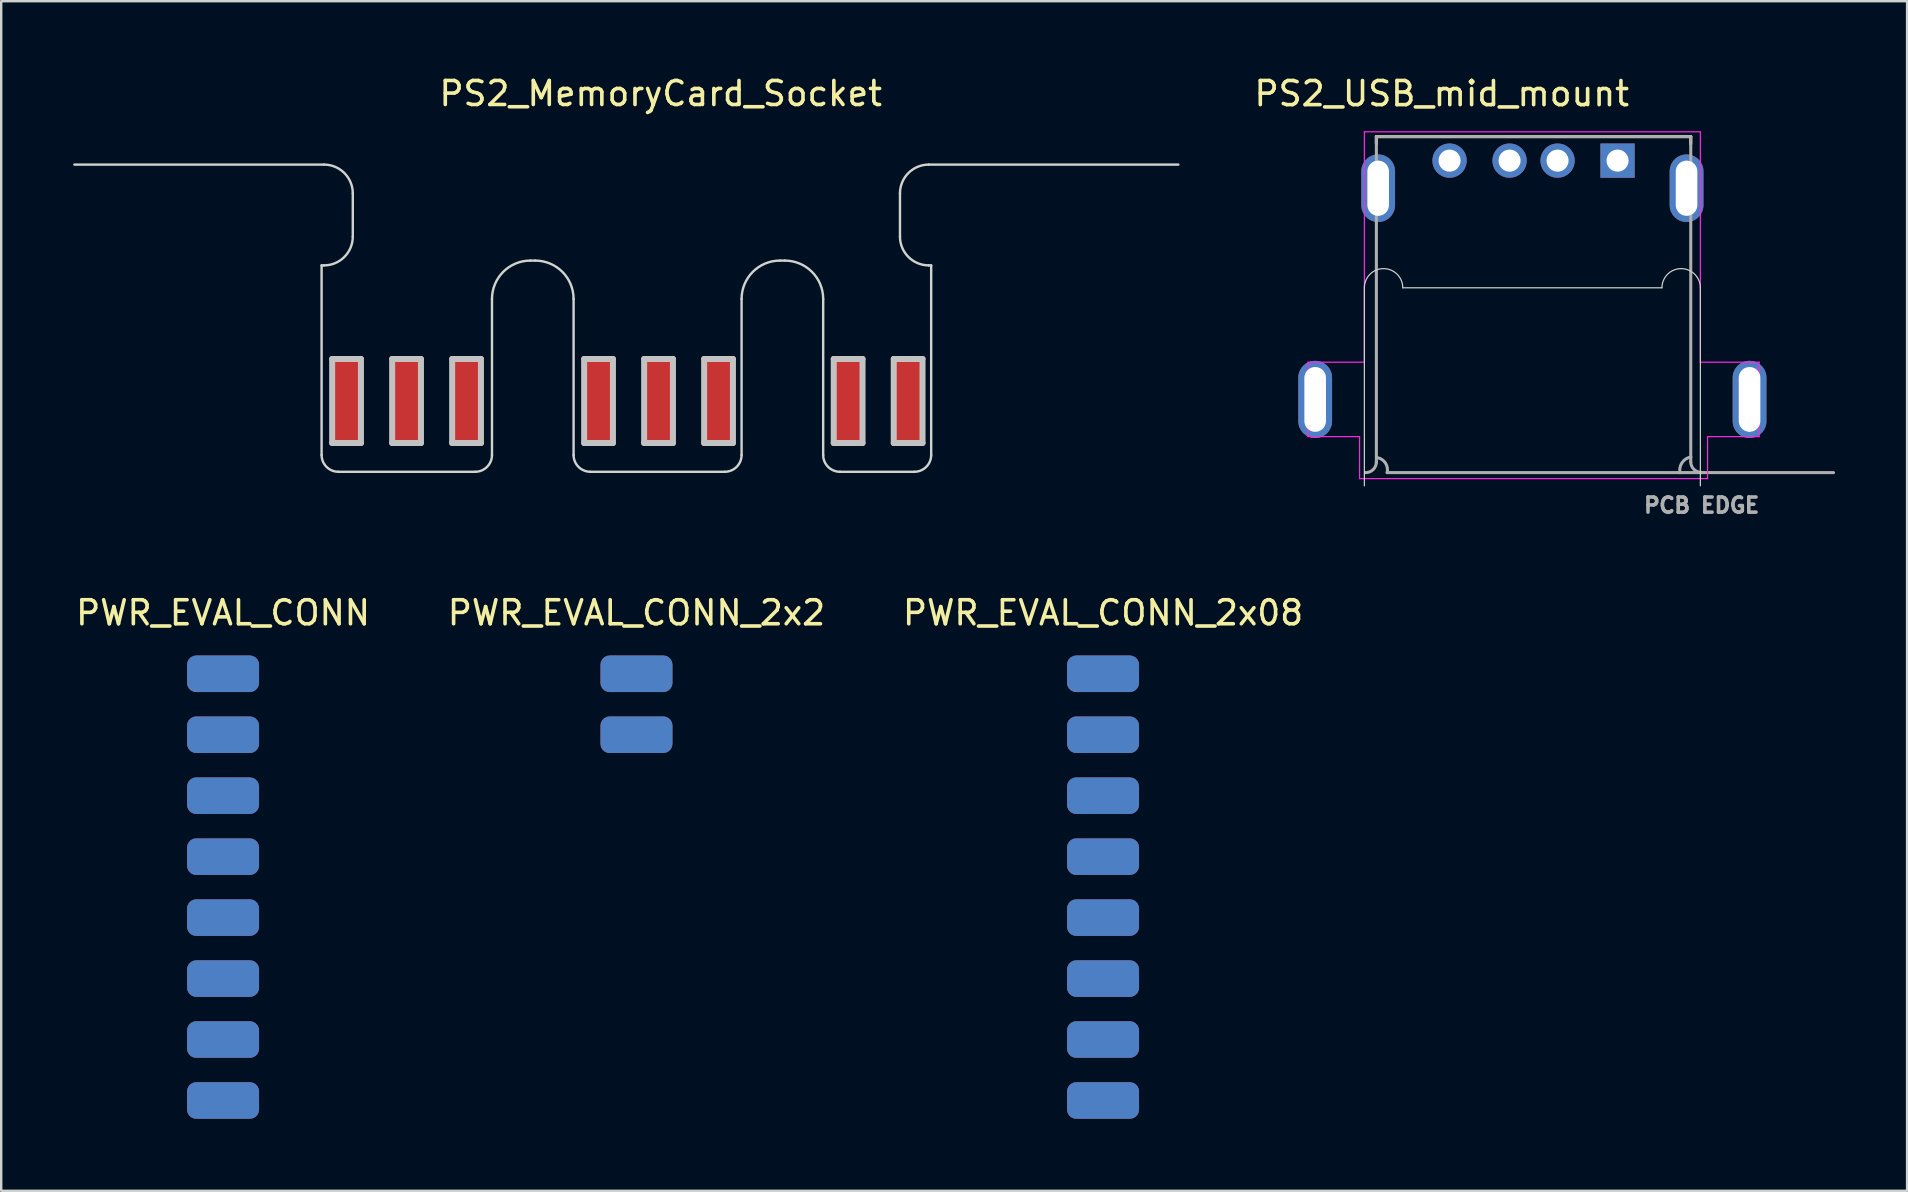
<source format=kicad_pcb>
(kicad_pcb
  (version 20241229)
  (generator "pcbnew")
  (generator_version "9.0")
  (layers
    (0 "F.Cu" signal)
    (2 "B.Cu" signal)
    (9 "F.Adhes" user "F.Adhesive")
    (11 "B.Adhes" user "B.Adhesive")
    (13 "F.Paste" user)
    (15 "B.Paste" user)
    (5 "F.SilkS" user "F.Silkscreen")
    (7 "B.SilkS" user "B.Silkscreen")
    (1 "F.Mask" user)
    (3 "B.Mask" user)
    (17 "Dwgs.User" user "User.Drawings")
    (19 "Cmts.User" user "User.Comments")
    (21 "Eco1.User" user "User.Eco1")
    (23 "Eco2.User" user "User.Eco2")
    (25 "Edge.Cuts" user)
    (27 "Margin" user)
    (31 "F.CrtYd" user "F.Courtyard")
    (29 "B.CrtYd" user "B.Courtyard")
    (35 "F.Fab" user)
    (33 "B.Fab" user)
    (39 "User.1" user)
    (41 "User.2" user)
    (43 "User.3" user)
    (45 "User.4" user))
  (footprint "PS2_USB_mid_mount"
    (layer "F.Cu")
    (at 60.8 15.443)
    (property "Reference" "PS2_USB_mid_mount" (at -3.775 -14.591 0) (layer "F.SilkS") (effects (font (size 1.005 1.005) (thickness 0.15))))
    (attr through_hole)
    (fp_line (start -6.5 -12.8) (end -6.5 -12.5) (stroke (width 0.127) (type solid)) (layer "F.SilkS"))
    (fp_line (start -6.5 -12.8) (end 6.6 -12.8) (stroke (width 0.127) (type solid)) (layer "F.SilkS"))
    (fp_line (start 6.6 -12.8) (end 6.6 -12.5) (stroke (width 0.127) (type solid)) (layer "F.SilkS"))
    (fp_line (start -7 -6.5) (end -7 1.75) (stroke (width 0.05) (type solid)) (layer "Edge.Cuts"))
    (fp_line (start -5.4 -6.5) (end 5.4 -6.5) (stroke (width 0.05) (type solid)) (layer "Edge.Cuts"))
    (fp_line (start 7 -6.5) (end 7 1.75) (stroke (width 0.05) (type solid)) (layer "Edge.Cuts"))
    (fp_arc (start -7 -6.5) (mid -6.2 -7.3) (end -5.4 -6.5) (stroke (width 0.05) (type default)) (layer "Edge.Cuts"))
    (fp_arc (start 5.4 -6.5) (mid 6.2 -7.3) (end 7 -6.5) (stroke (width 0.05) (type default)) (layer "Edge.Cuts"))
    (fp_line (start -9.35 -3.4) (end -7 -3.4) (stroke (width 0.05) (type solid)) (layer "F.CrtYd"))
    (fp_line (start -9.35 -0.3) (end -9.35 -3.4) (stroke (width 0.05) (type solid)) (layer "F.CrtYd"))
    (fp_line (start -7.2 -0.3) (end -9.35 -0.3) (stroke (width 0.05) (type solid)) (layer "F.CrtYd"))
    (fp_line (start -7.2 1.45) (end -7.2 -0.3) (stroke (width 0.05) (type solid)) (layer "F.CrtYd"))
    (fp_line (start -7 -13) (end -7 -3.4) (stroke (width 0.05) (type solid)) (layer "F.CrtYd"))
    (fp_line (start -7 -13) (end 7 -13) (stroke (width 0.05) (type solid)) (layer "F.CrtYd"))
    (fp_line (start 7 -13) (end 7 -3.4) (stroke (width 0.05) (type solid)) (layer "F.CrtYd"))
    (fp_line (start 7 -3.4) (end 9.45 -3.4) (stroke (width 0.05) (type solid)) (layer "F.CrtYd"))
    (fp_line (start 7.3 -0.3) (end 7.3 1.45) (stroke (width 0.05) (type solid)) (layer "F.CrtYd"))
    (fp_line (start 7.3 1.45) (end -7.2 1.45) (stroke (width 0.05) (type solid)) (layer "F.CrtYd"))
    (fp_line (start 9.45 -3.4) (end 9.45 -0.3) (stroke (width 0.05) (type solid)) (layer "F.CrtYd"))
    (fp_line (start 9.45 -0.3) (end 7.3 -0.3) (stroke (width 0.05) (type solid)) (layer "F.CrtYd"))
    (fp_line (start -6.5 -12.8) (end 6.6 -12.8) (stroke (width 0.127) (type solid)) (layer "F.Fab"))
    (fp_line (start -6.5 0.76) (end -6.5 -12.8) (stroke (width 0.127) (type solid)) (layer "F.Fab"))
    (fp_line (start -6.5 0.78) (end -6.5 0.76) (stroke (width 0.127) (type solid)) (layer "F.Fab"))
    (fp_line (start -6.05 1.2) (end 6.15 1.2) (stroke (width 0.127) (type solid)) (layer "F.Fab"))
    (fp_line (start 6.15 1.2) (end 12.55 1.2) (stroke (width 0.127) (type solid)) (layer "F.Fab"))
    (fp_line (start 6.6 -12.8) (end 6.6 0.55) (stroke (width 0.127) (type solid)) (layer "F.Fab"))
    (fp_line (start 6.6 0.55) (end 6.6 0.76) (stroke (width 0.127) (type solid)) (layer "F.Fab"))
    (fp_arc (start -6.5 0.76) (mid -6.633873 1.073198) (end -6.95 1.2) (stroke (width 0.127) (type solid)) (layer "F.Fab"))
    (fp_arc (start -6.44 0.58) (mid -6.116594 0.809228) (end -6.05 1.2) (stroke (width 0.127) (type solid)) (layer "F.Fab"))
    (fp_arc (start 6.15 1.2) (mid 6.240381 0.781802) (end 6.6 0.55) (stroke (width 0.127) (type solid)) (layer "F.Fab"))
    (fp_arc (start 7.04 1.19) (mid 6.728873 1.061127) (end 6.6 0.75) (stroke (width 0.127) (type solid)) (layer "F.Fab"))
    (fp_text user "PCB EDGE" (at 7.053 2.562 0) (layer "F.Fab") (effects (font (size 0.63 0.63) (thickness 0.15))))
    (pad "1" thru_hole circle (at -3.45 -11.8) (size 1.428 1.428) (drill 0.92) (layers "*.Cu" "*.Mask"))
    (pad "2" thru_hole circle (at -0.95 -11.8) (size 1.428 1.428) (drill 0.92) (layers "*.Cu" "*.Mask"))
    (pad "3" thru_hole circle (at 1.05 -11.8) (size 1.428 1.428) (drill 0.92) (layers "*.Cu" "*.Mask"))
    (pad "4" thru_hole rect (at 3.55 -11.8) (size 1.428 1.428) (drill 0.92) (layers "*.Cu" "*.Mask"))
    (pad "5" thru_hole oval (at -9.05 -1.85) (size 1.408 3.216) (drill oval 0.9 2.7) (layers "*.Cu" "*.Mask"))
    (pad "5" thru_hole oval (at -6.425 -10.65) (size 1.408 2.816) (drill oval 0.9 2.3) (layers "*.Cu" "*.Mask"))
    (pad "5" thru_hole oval (at 6.425 -10.65) (size 1.408 2.816) (drill oval 0.9 2.3) (layers "*.Cu" "*.Mask"))
    (pad "5" thru_hole oval (at 9.05 -1.85) (size 1.408 3.216) (drill oval 0.9 2.7) (layers "*.Cu" "*.Mask")))
  (footprint "PS2_MemoryCard_Socket"
    (layer "F.Cu")
    (at 23.05 18.208)
    (property "Reference" "PS2_MemoryCard_Socket" (at 1.43 -17.36 0) (unlocked yes) (layer "F.SilkS") (effects (font (size 1 1) (thickness 0.15))))
    (attr smd)
    (fp_rect (start -12.86 -14.25) (end 12.99 -1.25) (stroke (width 0.15) (type solid)) (fill yes) (layer "B.Mask"))
    (fp_line (start -12.26 -6.3) (end -11.06 -6.3) (stroke (width 0.25) (type solid)) (layer "Dwgs.User"))
    (fp_line (start -12.26 -2.8) (end -12.26 -6.3) (stroke (width 0.25) (type solid)) (layer "Dwgs.User"))
    (fp_line (start -11.06 -6.3) (end -11.06 -2.8) (stroke (width 0.25) (type solid)) (layer "Dwgs.User"))
    (fp_line (start -11.06 -2.8) (end -12.26 -2.8) (stroke (width 0.25) (type solid)) (layer "Dwgs.User"))
    (fp_line (start -9.76 -6.3) (end -8.56 -6.3) (stroke (width 0.25) (type solid)) (layer "Dwgs.User"))
    (fp_line (start -9.76 -2.8) (end -9.76 -6.3) (stroke (width 0.25) (type solid)) (layer "Dwgs.User"))
    (fp_line (start -8.56 -6.3) (end -8.56 -2.8) (stroke (width 0.25) (type solid)) (layer "Dwgs.User"))
    (fp_line (start -8.56 -2.8) (end -9.76 -2.8) (stroke (width 0.25) (type solid)) (layer "Dwgs.User"))
    (fp_line (start -7.26 -6.3) (end -6.06 -6.3) (stroke (width 0.25) (type solid)) (layer "Dwgs.User"))
    (fp_line (start -7.26 -2.8) (end -7.26 -6.3) (stroke (width 0.25) (type solid)) (layer "Dwgs.User"))
    (fp_line (start -6.06 -6.3) (end -6.06 -2.8) (stroke (width 0.25) (type solid)) (layer "Dwgs.User"))
    (fp_line (start -6.06 -2.8) (end -7.26 -2.8) (stroke (width 0.25) (type solid)) (layer "Dwgs.User"))
    (fp_line (start -1.76 -6.3) (end -0.56 -6.3) (stroke (width 0.25) (type solid)) (layer "Dwgs.User"))
    (fp_line (start -1.76 -2.8) (end -1.76 -6.3) (stroke (width 0.25) (type solid)) (layer "Dwgs.User"))
    (fp_line (start -0.56 -6.3) (end -0.56 -2.8) (stroke (width 0.25) (type solid)) (layer "Dwgs.User"))
    (fp_line (start -0.56 -2.8) (end -1.76 -2.8) (stroke (width 0.25) (type solid)) (layer "Dwgs.User"))
    (fp_line (start 0.74 -6.3) (end 1.94 -6.3) (stroke (width 0.25) (type solid)) (layer "Dwgs.User"))
    (fp_line (start 0.74 -2.8) (end 0.74 -6.3) (stroke (width 0.25) (type solid)) (layer "Dwgs.User"))
    (fp_line (start 1.94 -6.3) (end 1.94 -2.8) (stroke (width 0.25) (type solid)) (layer "Dwgs.User"))
    (fp_line (start 1.94 -2.8) (end 0.74 -2.8) (stroke (width 0.25) (type solid)) (layer "Dwgs.User"))
    (fp_line (start 3.24 -6.3) (end 4.44 -6.3) (stroke (width 0.25) (type solid)) (layer "Dwgs.User"))
    (fp_line (start 3.24 -2.8) (end 3.24 -6.3) (stroke (width 0.25) (type solid)) (layer "Dwgs.User"))
    (fp_line (start 4.44 -6.3) (end 4.44 -2.8) (stroke (width 0.25) (type solid)) (layer "Dwgs.User"))
    (fp_line (start 4.44 -2.8) (end 3.24 -2.8) (stroke (width 0.25) (type solid)) (layer "Dwgs.User"))
    (fp_line (start 8.64 -6.3) (end 9.84 -6.3) (stroke (width 0.25) (type solid)) (layer "Dwgs.User"))
    (fp_line (start 8.64 -2.8) (end 8.64 -6.3) (stroke (width 0.25) (type solid)) (layer "Dwgs.User"))
    (fp_line (start 9.84 -6.3) (end 9.84 -2.8) (stroke (width 0.25) (type solid)) (layer "Dwgs.User"))
    (fp_line (start 9.84 -2.8) (end 8.64 -2.8) (stroke (width 0.25) (type solid)) (layer "Dwgs.User"))
    (fp_line (start 11.14 -6.3) (end 12.34 -6.3) (stroke (width 0.25) (type solid)) (layer "Dwgs.User"))
    (fp_line (start 11.14 -2.8) (end 11.14 -6.3) (stroke (width 0.25) (type solid)) (layer "Dwgs.User"))
    (fp_line (start 12.34 -6.3) (end 12.34 -2.8) (stroke (width 0.25) (type solid)) (layer "Dwgs.User"))
    (fp_line (start 12.34 -2.8) (end 11.14 -2.8) (stroke (width 0.25) (type solid)) (layer "Dwgs.User"))
    (fp_line (start -23 -14.4) (end -12.6 -14.4) (stroke (width 0.1) (type solid)) (layer "Edge.Cuts"))
    (fp_line (start -12.7 -10.2) (end -12.7 -2.3) (stroke (width 0.1) (type solid)) (layer "Edge.Cuts"))
    (fp_line (start -12.6 -10.2) (end -12.7 -10.2) (stroke (width 0.1) (type solid)) (layer "Edge.Cuts"))
    (fp_line (start -12 -1.6) (end -6.3 -1.6) (stroke (width 0.1) (type solid)) (layer "Edge.Cuts"))
    (fp_line (start -11.4 -13.2) (end -11.4 -11.4) (stroke (width 0.1) (type solid)) (layer "Edge.Cuts"))
    (fp_line (start -5.6 -2.3) (end -5.6 -8.8) (stroke (width 0.1) (type solid)) (layer "Edge.Cuts"))
    (fp_line (start -4 -10.4) (end -3.8 -10.4) (stroke (width 0.1) (type solid)) (layer "Edge.Cuts"))
    (fp_line (start -2.2 -8.8) (end -2.2 -2.3) (stroke (width 0.1) (type solid)) (layer "Edge.Cuts"))
    (fp_line (start -1.5 -1.6) (end 4.1 -1.6) (stroke (width 0.1) (type solid)) (layer "Edge.Cuts"))
    (fp_line (start 4.8 -2.3) (end 4.8 -8.8) (stroke (width 0.1) (type solid)) (layer "Edge.Cuts"))
    (fp_line (start 6.4 -10.4) (end 6.6 -10.4) (stroke (width 0.1) (type solid)) (layer "Edge.Cuts"))
    (fp_line (start 8.2 -8.8) (end 8.2 -2.3) (stroke (width 0.1) (type solid)) (layer "Edge.Cuts"))
    (fp_line (start 8.9 -1.6) (end 12 -1.6) (stroke (width 0.1) (type solid)) (layer "Edge.Cuts"))
    (fp_line (start 11.4 -11.4) (end 11.4 -13.2) (stroke (width 0.1) (type solid)) (layer "Edge.Cuts"))
    (fp_line (start 12.6 -14.4) (end 23 -14.4) (stroke (width 0.1) (type solid)) (layer "Edge.Cuts"))
    (fp_line (start 12.7 -10.2) (end 12.6 -10.2) (stroke (width 0.1) (type solid)) (layer "Edge.Cuts"))
    (fp_line (start 12.7 -2.3) (end 12.7 -10.2) (stroke (width 0.1) (type solid)) (layer "Edge.Cuts"))
    (fp_arc (start -12.6 -14.4) (mid -11.751472 -14.048528) (end -11.4 -13.2) (stroke (width 0.1) (type default)) (layer "Edge.Cuts"))
    (fp_arc (start -12 -1.6) (mid -12.494974 -1.805026) (end -12.7 -2.3) (stroke (width 0.1) (type solid)) (layer "Edge.Cuts"))
    (fp_arc (start -11.4 -11.4) (mid -11.751472 -10.551472) (end -12.6 -10.2) (stroke (width 0.1) (type default)) (layer "Edge.Cuts"))
    (fp_arc (start -5.6 -8.8) (mid -5.131371 -9.931371) (end -4 -10.4) (stroke (width 0.1) (type solid)) (layer "Edge.Cuts"))
    (fp_arc (start -5.6 -2.3) (mid -5.805026 -1.805026) (end -6.3 -1.6) (stroke (width 0.1) (type solid)) (layer "Edge.Cuts"))
    (fp_arc (start -3.8 -10.4) (mid -2.668629 -9.931371) (end -2.2 -8.8) (stroke (width 0.1) (type solid)) (layer "Edge.Cuts"))
    (fp_arc (start -1.5 -1.6) (mid -1.994974 -1.805026) (end -2.2 -2.3) (stroke (width 0.1) (type solid)) (layer "Edge.Cuts"))
    (fp_arc (start 4.8 -8.8) (mid 5.268629 -9.931371) (end 6.4 -10.4) (stroke (width 0.1) (type solid)) (layer "Edge.Cuts"))
    (fp_arc (start 4.8 -2.3) (mid 4.594975 -1.805025) (end 4.1 -1.6) (stroke (width 0.1) (type solid)) (layer "Edge.Cuts"))
    (fp_arc (start 6.6 -10.4) (mid 7.731371 -9.931371) (end 8.2 -8.8) (stroke (width 0.1) (type solid)) (layer "Edge.Cuts"))
    (fp_arc (start 8.9 -1.6) (mid 8.405025 -1.805025) (end 8.2 -2.3) (stroke (width 0.1) (type solid)) (layer "Edge.Cuts"))
    (fp_arc (start 11.4 -13.2) (mid 11.751472 -14.048528) (end 12.6 -14.4) (stroke (width 0.1) (type default)) (layer "Edge.Cuts"))
    (fp_arc (start 12.6 -10.2) (mid 11.751472 -10.551472) (end 11.4 -11.4) (stroke (width 0.1) (type default)) (layer "Edge.Cuts"))
    (fp_arc (start 12.7 -2.3) (mid 12.494975 -1.805025) (end 12 -1.6) (stroke (width 0.1) (type solid)) (layer "Edge.Cuts"))
    (pad "1" smd rect (at -11.66 -4.55 90) (size 3.5 1.2) (layers "F.Cu" "F.Mask" "F.Paste"))
    (pad "2" smd rect (at -9.16 -4.55 90) (size 3.5 1.2) (layers "F.Cu" "F.Mask" "F.Paste"))
    (pad "3" smd rect (at -6.66 -4.54 90) (size 3.5 1.2) (layers "F.Cu" "F.Mask" "F.Paste"))
    (pad "4" smd rect (at -1.16 -4.55 90) (size 3.5 1.2) (layers "F.Cu" "F.Mask" "F.Paste"))
    (pad "5" smd rect (at 1.34 -4.55 90) (size 3.5 1.2) (layers "F.Cu" "F.Mask" "F.Paste"))
    (pad "6" smd rect (at 3.84 -4.55 90) (size 3.5 1.2) (layers "F.Cu" "F.Mask" "F.Paste"))
    (pad "7" smd rect (at 9.24 -4.55 90) (size 3.5 1.2) (layers "F.Cu" "F.Mask" "F.Paste"))
    (pad "8" smd rect (at 11.74 -4.55 90) (size 3.5 1.2) (layers "F.Cu" "F.Mask" "F.Paste")))
  (footprint "PWR_EVAL_CONN"
    (layer "F.Cu")
    (at 6.244 25.025)
    (property "Reference" "PWR_EVAL_CONN" (at 0 -2.54 0) (unlocked yes) (layer "F.SilkS") (effects (font (size 1 1) (thickness 0.15))))
    (attr smd)
    (pad "1" smd roundrect (at 0 0) (size 3 1.524) (layers "B.Cu" "B.Mask") (roundrect_rratio 0.25))
    (pad "2" smd roundrect (at 0 0) (size 3 1.524) (layers "F.Cu" "F.Mask") (roundrect_rratio 0.25))
    (pad "3" smd roundrect (at 0 2.54) (size 3 1.524) (layers "B.Cu" "B.Mask") (roundrect_rratio 0.25))
    (pad "4" smd roundrect (at 0 2.54) (size 3 1.524) (layers "F.Cu" "F.Mask") (roundrect_rratio 0.25))
    (pad "5" smd roundrect (at 0 5.08) (size 3 1.524) (layers "B.Cu" "B.Mask") (roundrect_rratio 0.25))
    (pad "6" smd roundrect (at 0 5.08) (size 3 1.524) (layers "F.Cu" "F.Mask") (roundrect_rratio 0.25))
    (pad "7" smd roundrect (at 0 7.62) (size 3 1.524) (layers "B.Cu" "B.Mask") (roundrect_rratio 0.25))
    (pad "8" smd roundrect (at 0 7.62) (size 3 1.524) (layers "F.Cu" "F.Mask") (roundrect_rratio 0.25))
    (pad "9" smd roundrect (at 0 10.16) (size 3 1.524) (layers "B.Cu" "B.Mask") (roundrect_rratio 0.25))
    (pad "10" smd roundrect (at 0 10.16) (size 3 1.524) (layers "F.Cu" "F.Mask") (roundrect_rratio 0.25))
    (pad "11" smd roundrect (at 0 12.7) (size 3 1.524) (layers "B.Cu" "B.Mask") (roundrect_rratio 0.25))
    (pad "12" smd roundrect (at 0 12.7) (size 3 1.524) (layers "F.Cu" "F.Mask") (roundrect_rratio 0.25))
    (pad "13" smd roundrect (at 0 15.24) (size 3 1.524) (layers "B.Cu" "B.Mask") (roundrect_rratio 0.25))
    (pad "14" smd roundrect (at 0 15.24) (size 3 1.524) (layers "F.Cu" "F.Mask") (roundrect_rratio 0.25))
    (pad "15" smd roundrect (at 0 17.78) (size 3 1.524) (layers "B.Cu" "B.Mask") (roundrect_rratio 0.25))
    (pad "16" smd roundrect (at 0 17.78) (size 3 1.524) (layers "F.Cu" "F.Mask") (roundrect_rratio 0.25)))
  (footprint "PWR_EVAL_CONN_2x2"
    (layer "F.Cu")
    (at 23.47 25.025)
    (property "Reference" "PWR_EVAL_CONN_2x2" (at 0 -2.54 0) (unlocked yes) (layer "F.SilkS") (effects (font (size 1 1) (thickness 0.15))))
    (attr smd)
    (pad "1" smd roundrect (at 0 0) (size 3 1.524) (layers "B.Cu" "B.Mask") (roundrect_rratio 0.25))
    (pad "2" smd roundrect (at 0 0) (size 3 1.524) (layers "F.Cu" "F.Mask") (roundrect_rratio 0.25))
    (pad "3" smd roundrect (at 0 2.54) (size 3 1.524) (layers "B.Cu" "B.Mask") (roundrect_rratio 0.25))
    (pad "4" smd roundrect (at 0 2.54) (size 3 1.524) (layers "F.Cu" "F.Mask") (roundrect_rratio 0.25)))
  (footprint "PWR_EVAL_CONN_2x08"
    (layer "F.Cu")
    (at 42.911 25.025)
    (property "Reference" "PWR_EVAL_CONN_2x08" (at 0 -2.54 0) (unlocked yes) (layer "F.SilkS") (effects (font (size 1 1) (thickness 0.15))))
    (attr smd)
    (pad "1" smd roundrect (at 0 0) (size 3 1.524) (layers "B.Cu" "B.Mask") (roundrect_rratio 0.25))
    (pad "2" smd roundrect (at 0 0) (size 3 1.524) (layers "F.Cu" "F.Mask") (roundrect_rratio 0.25))
    (pad "3" smd roundrect (at 0 2.54) (size 3 1.524) (layers "B.Cu" "B.Mask") (roundrect_rratio 0.25))
    (pad "4" smd roundrect (at 0 2.54) (size 3 1.524) (layers "F.Cu" "F.Mask") (roundrect_rratio 0.25))
    (pad "5" smd roundrect (at 0 5.08) (size 3 1.524) (layers "B.Cu" "B.Mask") (roundrect_rratio 0.25))
    (pad "6" smd roundrect (at 0 5.08) (size 3 1.524) (layers "F.Cu" "F.Mask") (roundrect_rratio 0.25))
    (pad "7" smd roundrect (at 0 7.62) (size 3 1.524) (layers "B.Cu" "B.Mask") (roundrect_rratio 0.25))
    (pad "8" smd roundrect (at 0 7.62) (size 3 1.524) (layers "F.Cu" "F.Mask") (roundrect_rratio 0.25))
    (pad "9" smd roundrect (at 0 10.16) (size 3 1.524) (layers "B.Cu" "B.Mask") (roundrect_rratio 0.25))
    (pad "10" smd roundrect (at 0 10.16) (size 3 1.524) (layers "F.Cu" "F.Mask") (roundrect_rratio 0.25))
    (pad "11" smd roundrect (at 0 12.7) (size 3 1.524) (layers "B.Cu" "B.Mask") (roundrect_rratio 0.25))
    (pad "12" smd roundrect (at 0 12.7) (size 3 1.524) (layers "F.Cu" "F.Mask") (roundrect_rratio 0.25))
    (pad "13" smd roundrect (at 0 15.24) (size 3 1.524) (layers "B.Cu" "B.Mask") (roundrect_rratio 0.25))
    (pad "14" smd roundrect (at 0 15.24) (size 3 1.524) (layers "F.Cu" "F.Mask") (roundrect_rratio 0.25))
    (pad "15" smd roundrect (at 0 17.78) (size 3 1.524) (layers "B.Cu" "B.Mask") (roundrect_rratio 0.25))
    (pad "16" smd roundrect (at 0 17.78) (size 3 1.524) (layers "F.Cu" "F.Mask") (roundrect_rratio 0.25)))
  (gr_rect
    (start -3 -3)
    (end 76.414 46.567)
    (stroke (width 0.1) (type default))
    (fill no)
    (layer "Edge.Cuts")))
</source>
